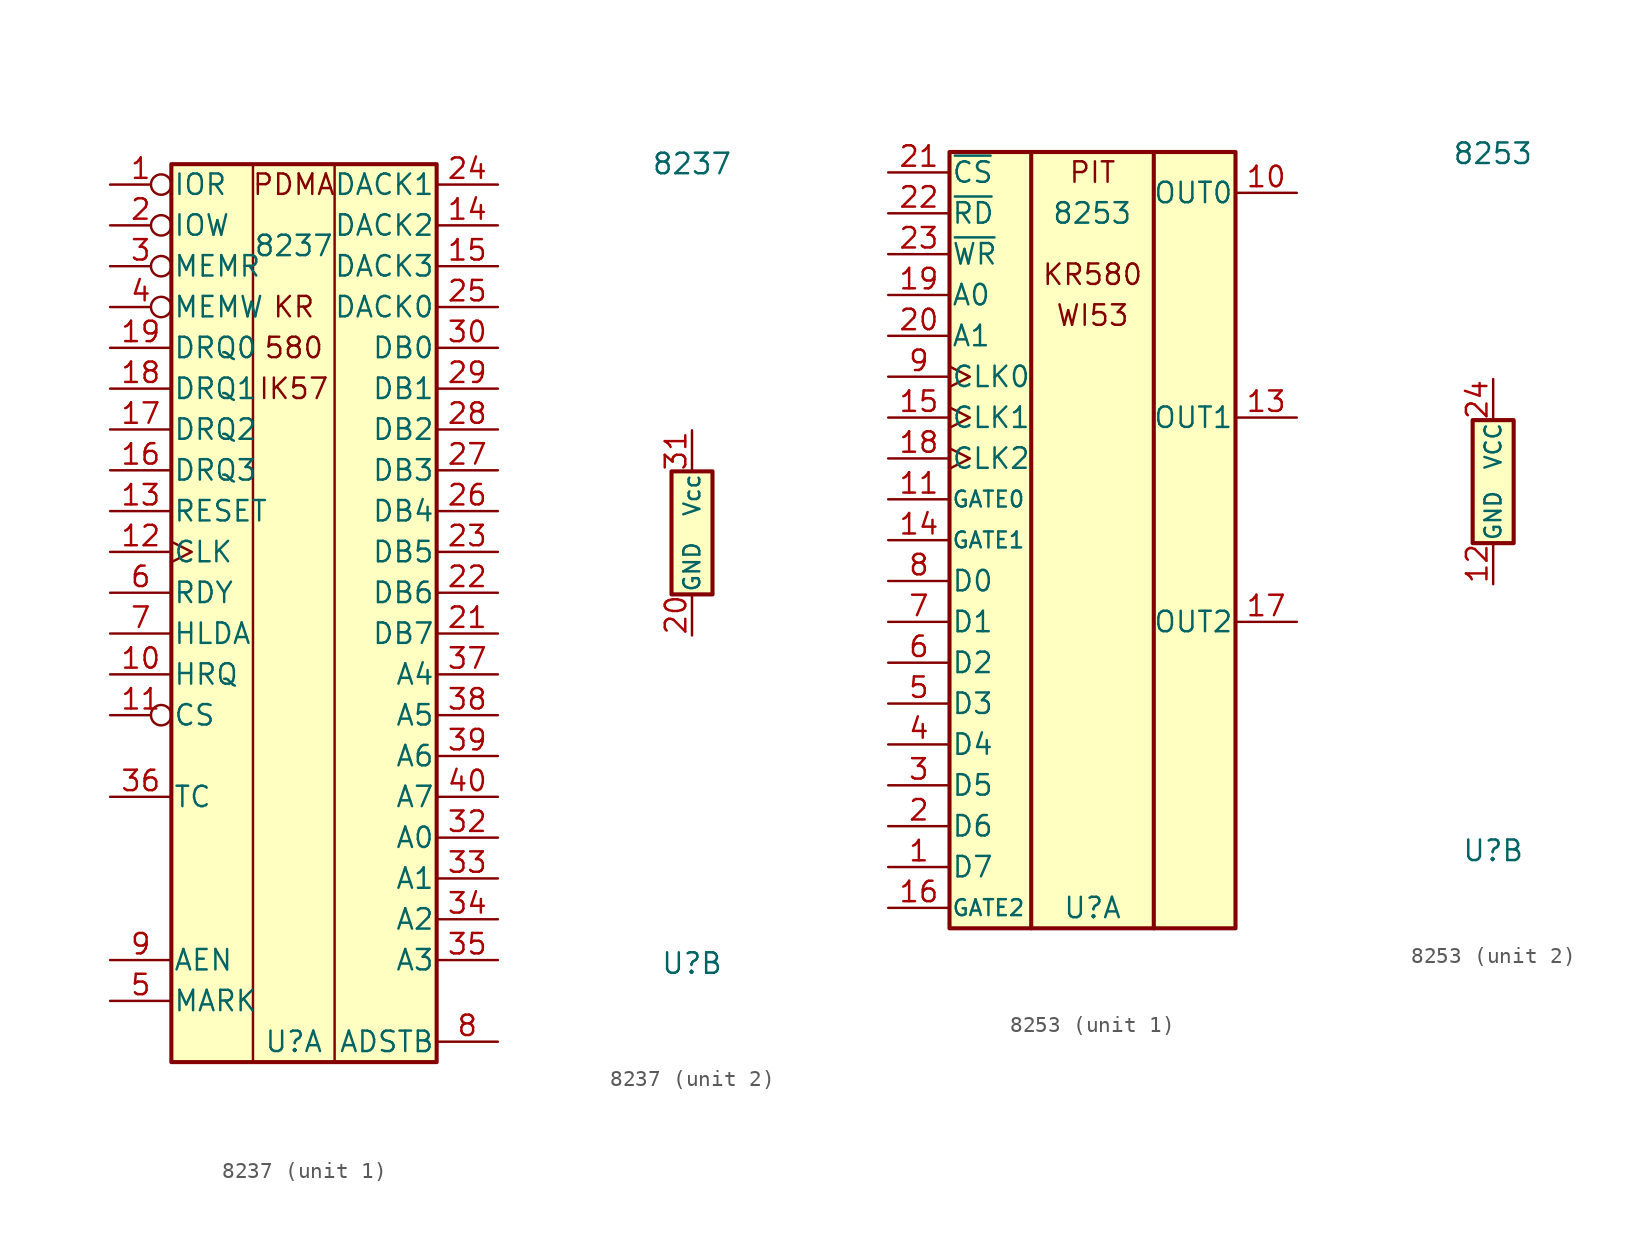
<source format=kicad_sym>
(kicad_symbol_lib
  (version 20241209)
  (generator "kicad_symbol_editor")
  (generator_version "9.0")
  (symbol "8237"
    (pin_names
      (offset 0.102))
    (property "Reference" "U"
      (at 0 -26.67 0)
      (effects (font (size 1.27 1.27))))
    (property "Value" "8237"
      (at 0 22.86 0)
      (effects (font (size 1.27 1.27))))
    (property "ki_locked" ""
      (at 0 0 0)
      (effects (font (size 1.27 1.27))))
    (symbol "8237_1_0"
      (rectangle (start -2.54 27.94) (end -2.54 -27.94) (stroke (width 0) (type default)) (fill (type none)))
      (rectangle (start 2.54 27.94) (end 2.54 -27.94) (stroke (width 0) (type default)) (fill (type none))))
    (symbol "8237_1_1"
      (rectangle (start -7.62 -27.94) (end 8.89 27.94) (stroke (width 0.254) (type default)) (fill (type background)))
      (text "PDMA" (at 0 26.67 0) (effects (font (size 1.27 1.27))))
      (text "KR" (at 0 19.05 0) (effects (font (size 1.27 1.27))))
      (text "580" (at 0 16.51 0) (effects (font (size 1.27 1.27))))
      (text "IK57" (at 0 13.97 0) (effects (font (size 1.27 1.27))))
      (pin bidirectional inverted (at -11.43 26.67 0) (length 3.81) (name "IOR" (effects (font (size 1.27 1.27)))) (number "1" (effects (font (size 1.27 1.27)))))
      (pin bidirectional inverted (at -11.43 24.13 0) (length 3.81) (name "IOW" (effects (font (size 1.27 1.27)))) (number "2" (effects (font (size 1.27 1.27)))))
      (pin tri_state inverted (at -11.43 21.59 0) (length 3.81) (name "MEMR" (effects (font (size 1.27 1.27)))) (number "3" (effects (font (size 1.27 1.27)))))
      (pin tri_state inverted (at -11.43 19.05 0) (length 3.81) (name "MEMW" (effects (font (size 1.27 1.27)))) (number "4" (effects (font (size 1.27 1.27)))))
      (pin input line (at -11.43 16.51 0) (length 3.81) (name "DRQ0" (effects (font (size 1.27 1.27)))) (number "19" (effects (font (size 1.27 1.27)))))
      (pin input line (at -11.43 13.97 0) (length 3.81) (name "DRQ1" (effects (font (size 1.27 1.27)))) (number "18" (effects (font (size 1.27 1.27)))))
      (pin input line (at -11.43 11.43 0) (length 3.81) (name "DRQ2" (effects (font (size 1.27 1.27)))) (number "17" (effects (font (size 1.27 1.27)))))
      (pin input line (at -11.43 8.89 0) (length 3.81) (name "DRQ3" (effects (font (size 1.27 1.27)))) (number "16" (effects (font (size 1.27 1.27)))))
      (pin input line (at -11.43 6.35 0) (length 3.81) (name "RESET" (effects (font (size 1.27 1.27)))) (number "13" (effects (font (size 1.27 1.27)))))
      (pin input clock (at -11.43 3.81 0) (length 3.81) (name "CLK" (effects (font (size 1.27 1.27)))) (number "12" (effects (font (size 1.27 1.27)))))
      (pin input line (at -11.43 1.27 0) (length 3.81) (name "RDY" (effects (font (size 1.27 1.27)))) (number "6" (effects (font (size 1.27 1.27)))))
      (pin input line (at -11.43 -1.27 0) (length 3.81) (name "HLDA" (effects (font (size 1.27 1.27)))) (number "7" (effects (font (size 1.27 1.27)))))
      (pin output line (at -11.43 -3.81 0) (length 3.81) (name "HRQ" (effects (font (size 1.27 1.27)))) (number "10" (effects (font (size 1.27 1.27)))))
      (pin input inverted (at -11.43 -6.35 0) (length 3.81) (name "CS" (effects (font (size 1.27 1.27)))) (number "11" (effects (font (size 1.27 1.27)))))
      (pin bidirectional line (at -11.43 -11.43 0) (length 3.81) (name "TC" (effects (font (size 1.27 1.27)))) (number "36" (effects (font (size 1.27 1.27)))))
      (pin output line (at -11.43 -21.59 0) (length 3.81) (name "AEN" (effects (font (size 1.27 1.27)))) (number "9" (effects (font (size 1.27 1.27)))))
      (pin input line (at -11.43 -24.13 0) (length 3.81) (name "MARK" (effects (font (size 1.27 1.27)))) (number "5" (effects (font (size 1.27 1.27)))))
      (pin output line (at 12.7 26.67 180) (length 3.81) (name "DACK1" (effects (font (size 1.27 1.27)))) (number "24" (effects (font (size 1.27 1.27)))))
      (pin output line (at 12.7 24.13 180) (length 3.81) (name "DACK2" (effects (font (size 1.27 1.27)))) (number "14" (effects (font (size 1.27 1.27)))))
      (pin output line (at 12.7 21.59 180) (length 3.81) (name "DACK3" (effects (font (size 1.27 1.27)))) (number "15" (effects (font (size 1.27 1.27)))))
      (pin output line (at 12.7 19.05 180) (length 3.81) (name "DACK0" (effects (font (size 1.27 1.27)))) (number "25" (effects (font (size 1.27 1.27)))))
      (pin bidirectional line (at 12.7 16.51 180) (length 3.81) (name "DB0" (effects (font (size 1.27 1.27)))) (number "30" (effects (font (size 1.27 1.27)))))
      (pin bidirectional line (at 12.7 13.97 180) (length 3.81) (name "DB1" (effects (font (size 1.27 1.27)))) (number "29" (effects (font (size 1.27 1.27)))))
      (pin bidirectional line (at 12.7 11.43 180) (length 3.81) (name "DB2" (effects (font (size 1.27 1.27)))) (number "28" (effects (font (size 1.27 1.27)))))
      (pin bidirectional line (at 12.7 8.89 180) (length 3.81) (name "DB3" (effects (font (size 1.27 1.27)))) (number "27" (effects (font (size 1.27 1.27)))))
      (pin bidirectional line (at 12.7 6.35 180) (length 3.81) (name "DB4" (effects (font (size 1.27 1.27)))) (number "26" (effects (font (size 1.27 1.27)))))
      (pin bidirectional line (at 12.7 3.81 180) (length 3.81) (name "DB5" (effects (font (size 1.27 1.27)))) (number "23" (effects (font (size 1.27 1.27)))))
      (pin bidirectional line (at 12.7 1.27 180) (length 3.81) (name "DB6" (effects (font (size 1.27 1.27)))) (number "22" (effects (font (size 1.27 1.27)))))
      (pin bidirectional line (at 12.7 -1.27 180) (length 3.81) (name "DB7" (effects (font (size 1.27 1.27)))) (number "21" (effects (font (size 1.27 1.27)))))
      (pin tri_state line (at 12.7 -3.81 180) (length 3.81) (name "A4" (effects (font (size 1.27 1.27)))) (number "37" (effects (font (size 1.27 1.27)))))
      (pin tri_state line (at 12.7 -6.35 180) (length 3.81) (name "A5" (effects (font (size 1.27 1.27)))) (number "38" (effects (font (size 1.27 1.27)))))
      (pin tri_state line (at 12.7 -8.89 180) (length 3.81) (name "A6" (effects (font (size 1.27 1.27)))) (number "39" (effects (font (size 1.27 1.27)))))
      (pin tri_state line (at 12.7 -11.43 180) (length 3.81) (name "A7" (effects (font (size 1.27 1.27)))) (number "40" (effects (font (size 1.27 1.27)))))
      (pin bidirectional line (at 12.7 -13.97 180) (length 3.81) (name "A0" (effects (font (size 1.27 1.27)))) (number "32" (effects (font (size 1.27 1.27)))))
      (pin bidirectional line (at 12.7 -16.51 180) (length 3.81) (name "A1" (effects (font (size 1.27 1.27)))) (number "33" (effects (font (size 1.27 1.27)))))
      (pin bidirectional line (at 12.7 -19.05 180) (length 3.81) (name "A2" (effects (font (size 1.27 1.27)))) (number "34" (effects (font (size 1.27 1.27)))))
      (pin bidirectional line (at 12.7 -21.59 180) (length 3.81) (name "A3" (effects (font (size 1.27 1.27)))) (number "35" (effects (font (size 1.27 1.27)))))
      (pin output line (at 12.7 -26.67 180) (length 3.81) (name "ADSTB" (effects (font (size 1.27 1.27)))) (number "8" (effects (font (size 1.27 1.27))))))
    (symbol "8237_2_1"
      (rectangle (start -1.27 -3.81) (end 1.27 3.81) (stroke (width 0.254) (type default)) (fill (type background)))
      (pin power_in line (at 0 6.35 270) (length 2.54) (name "Vcc" (effects (font (size 0.991 0.991)))) (number "31" (effects (font (size 1.27 1.27)))))
      (pin power_in line (at 0 -6.35 90) (length 2.54) (name "GND" (effects (font (size 0.991 0.991)))) (number "20" (effects (font (size 1.27 1.27)))))))
  (symbol "8253"
    (pin_names
      (offset 0.102))
    (property "Reference" "U"
      (at 0 -22.86 0)
      (effects (font (size 1.27 1.27))))
    (property "Value" "8253"
      (at -2.54 20.32 0)
      (effects (font (size 1.27 1.27)) (justify left)))
    (property "ki_locked" ""
      (at 0 0 0)
      (effects (font (size 1.27 1.27))))
    (symbol "8253_1_1"
      (rectangle (start -8.89 -24.13) (end 8.89 24.13) (stroke (width 0.254) (type default)) (fill (type background)))
      (rectangle (start -3.81 24.13) (end -3.81 -24.13) (stroke (width 0.254) (type default)) (fill (type none)))
      (rectangle (start 3.81 24.13) (end 3.81 -24.13) (stroke (width 0.254) (type default)) (fill (type none)))
      (text "PIT" (at 0 22.86 0) (effects (font (size 1.27 1.27))))
      (text "KR580" (at 0 16.51 0) (effects (font (size 1.27 1.27))))
      (text "WI53" (at 0 13.97 0) (effects (font (size 1.27 1.27))))
      (pin input line (at -12.7 22.86 0) (length 3.81) (name "~{CS}" (effects (font (size 1.27 1.27)))) (number "21" (effects (font (size 1.27 1.27)))))
      (pin input line (at -12.7 20.32 0) (length 3.81) (name "~{RD}" (effects (font (size 1.27 1.27)))) (number "22" (effects (font (size 1.27 1.27)))))
      (pin input line (at -12.7 17.78 0) (length 3.81) (name "~{WR}" (effects (font (size 1.27 1.27)))) (number "23" (effects (font (size 1.27 1.27)))))
      (pin input line (at -12.7 15.24 0) (length 3.81) (name "A0" (effects (font (size 1.27 1.27)))) (number "19" (effects (font (size 1.27 1.27)))))
      (pin input line (at -12.7 12.7 0) (length 3.81) (name "A1" (effects (font (size 1.27 1.27)))) (number "20" (effects (font (size 1.27 1.27)))))
      (pin input clock (at -12.7 10.16 0) (length 3.81) (name "CLK0" (effects (font (size 1.27 1.27)))) (number "9" (effects (font (size 1.27 1.27)))))
      (pin input clock (at -12.7 7.62 0) (length 3.81) (name "CLK1" (effects (font (size 1.27 1.27)))) (number "15" (effects (font (size 1.27 1.27)))))
      (pin input clock (at -12.7 5.08 0) (length 3.81) (name "CLK2" (effects (font (size 1.27 1.27)))) (number "18" (effects (font (size 1.27 1.27)))))
      (pin input line (at -12.7 2.54 0) (length 3.81) (name "GATE0" (effects (font (size 0.991 0.991)))) (number "11" (effects (font (size 1.27 1.27)))))
      (pin input line (at -12.7 0 0) (length 3.81) (name "GATE1" (effects (font (size 0.991 0.991)))) (number "14" (effects (font (size 1.27 1.27)))))
      (pin bidirectional line (at -12.7 -2.54 0) (length 3.81) (name "D0" (effects (font (size 1.27 1.27)))) (number "8" (effects (font (size 1.27 1.27)))))
      (pin bidirectional line (at -12.7 -5.08 0) (length 3.81) (name "D1" (effects (font (size 1.27 1.27)))) (number "7" (effects (font (size 1.27 1.27)))))
      (pin bidirectional line (at -12.7 -7.62 0) (length 3.81) (name "D2" (effects (font (size 1.27 1.27)))) (number "6" (effects (font (size 1.27 1.27)))))
      (pin bidirectional line (at -12.7 -10.16 0) (length 3.81) (name "D3" (effects (font (size 1.27 1.27)))) (number "5" (effects (font (size 1.27 1.27)))))
      (pin bidirectional line (at -12.7 -12.7 0) (length 3.81) (name "D4" (effects (font (size 1.27 1.27)))) (number "4" (effects (font (size 1.27 1.27)))))
      (pin bidirectional line (at -12.7 -15.24 0) (length 3.81) (name "D5" (effects (font (size 1.27 1.27)))) (number "3" (effects (font (size 1.27 1.27)))))
      (pin bidirectional line (at -12.7 -17.78 0) (length 3.81) (name "D6" (effects (font (size 1.27 1.27)))) (number "2" (effects (font (size 1.27 1.27)))))
      (pin bidirectional line (at -12.7 -20.32 0) (length 3.81) (name "D7" (effects (font (size 1.27 1.27)))) (number "1" (effects (font (size 1.27 1.27)))))
      (pin input line (at -12.7 -22.86 0) (length 3.81) (name "GATE2" (effects (font (size 0.991 0.991)))) (number "16" (effects (font (size 1.27 1.27)))))
      (pin output line (at 12.7 21.59 180) (length 3.81) (name "OUT0" (effects (font (size 1.27 1.27)))) (number "10" (effects (font (size 1.27 1.27)))))
      (pin output line (at 12.7 7.62 180) (length 3.81) (name "OUT1" (effects (font (size 1.27 1.27)))) (number "13" (effects (font (size 1.27 1.27)))))
      (pin output line (at 12.7 -5.08 180) (length 3.81) (name "OUT2" (effects (font (size 1.27 1.27)))) (number "17" (effects (font (size 1.27 1.27))))))
    (symbol "8253_2_0"
      (rectangle (start -1.27 3.81) (end 1.27 -3.81) (stroke (width 0.254) (type default)) (fill (type background))))
    (symbol "8253_2_1"
      (pin power_in line (at 0 6.35 270) (length 2.54) (name "VCC" (effects (font (size 0.991 0.991)))) (number "24" (effects (font (size 1.27 1.27)))))
      (pin power_in line (at 0 -6.35 90) (length 2.54) (name "GND" (effects (font (size 0.991 0.991)))) (number "12" (effects (font (size 1.27 1.27))))))))
</source>
